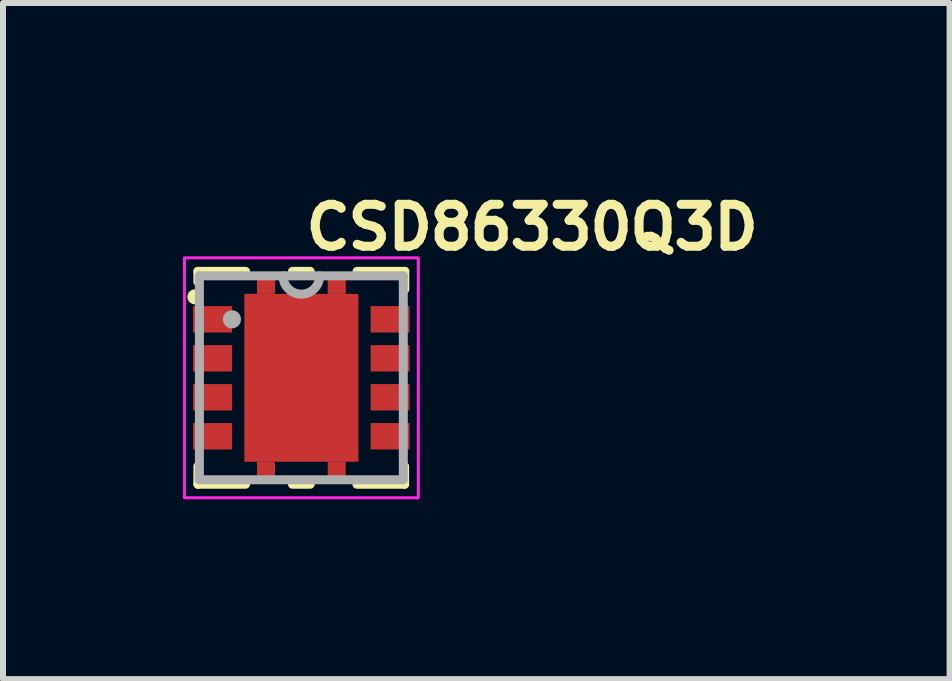
<source format=kicad_pcb>
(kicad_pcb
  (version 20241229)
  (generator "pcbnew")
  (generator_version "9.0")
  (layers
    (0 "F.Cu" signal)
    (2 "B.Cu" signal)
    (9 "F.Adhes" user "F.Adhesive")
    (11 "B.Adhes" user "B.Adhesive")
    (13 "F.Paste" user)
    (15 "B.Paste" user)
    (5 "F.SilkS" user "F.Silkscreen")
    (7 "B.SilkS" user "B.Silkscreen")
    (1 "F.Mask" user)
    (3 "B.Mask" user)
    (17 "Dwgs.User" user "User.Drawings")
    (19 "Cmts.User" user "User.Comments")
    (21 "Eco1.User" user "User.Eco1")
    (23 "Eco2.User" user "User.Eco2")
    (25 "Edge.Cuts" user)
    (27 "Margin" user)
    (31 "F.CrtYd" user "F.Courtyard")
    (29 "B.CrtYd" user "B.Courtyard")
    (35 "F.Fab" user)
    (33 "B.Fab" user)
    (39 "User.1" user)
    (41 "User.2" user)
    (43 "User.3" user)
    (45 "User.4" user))
  (footprint "CSD86330Q3D"
    (layer "F.Cu")
    (at 1.975 3.25)
    (property "Reference" "CSD86330Q3D" (at 0 -2.1 0) (layer "F.SilkS") (effects (font (size 0.7 0.7) (thickness 0.15)) (justify left bottom)))
    (attr smd)
    (fp_line (start -1.725 -1.775) (end -1.725 -1.6) (stroke (width 0.15) (type solid)) (layer "F.SilkS"))
    (fp_line (start -1.725 1.475) (end -1.725 1.775) (stroke (width 0.15) (type solid)) (layer "F.SilkS"))
    (fp_line (start -1.725 1.775) (end -0.93 1.775) (stroke (width 0.15) (type solid)) (layer "F.SilkS"))
    (fp_line (start -0.93 -1.775) (end -1.725 -1.775) (stroke (width 0.15) (type solid)) (layer "F.SilkS"))
    (fp_line (start -0.148 1.775) (end 0.148 1.775) (stroke (width 0.15) (type solid)) (layer "F.SilkS"))
    (fp_line (start 0.148 -1.775) (end -0.148 -1.775) (stroke (width 0.15) (type solid)) (layer "F.SilkS"))
    (fp_line (start 0.927 1.775) (end 1.722 1.775) (stroke (width 0.15) (type solid)) (layer "F.SilkS"))
    (fp_line (start 1.722 1.775) (end 1.722 1.475) (stroke (width 0.15) (type solid)) (layer "F.SilkS"))
    (fp_line (start 1.725 -1.775) (end 0.93 -1.775) (stroke (width 0.15) (type solid)) (layer "F.SilkS"))
    (fp_line (start 1.725 -1.475) (end 1.725 -1.775) (stroke (width 0.15) (type solid)) (layer "F.SilkS"))
    (fp_circle (center -1.775 -1.35) (end -1.725 -1.35) (stroke (width 0.15) (type solid)) (fill yes) (layer "F.SilkS"))
    (fp_rect (start -0.8 -1.25) (end -0.15 -0.6) (stroke (width 0.12) (type solid)) (fill yes) (layer "F.Paste"))
    (fp_rect (start -0.8 -0.3) (end -0.15 0.3) (stroke (width 0.12) (type solid)) (fill yes) (layer "F.Paste"))
    (fp_rect (start -0.8 0.6) (end -0.15 1.25) (stroke (width 0.12) (type solid)) (fill yes) (layer "F.Paste"))
    (fp_rect (start 0.15 -1.25) (end 0.8 -0.6) (stroke (width 0.12) (type solid)) (fill yes) (layer "F.Paste"))
    (fp_rect (start 0.15 -0.3) (end 0.8 0.3) (stroke (width 0.12) (type solid)) (fill yes) (layer "F.Paste"))
    (fp_rect (start 0.15 0.6) (end 0.8 1.25) (stroke (width 0.12) (type solid)) (fill yes) (layer "F.Paste"))
    (fp_rect (start -1.95 -2) (end 1.95 2) (stroke (width 0.05) (type solid)) (fill no) (layer "F.CrtYd"))
    (fp_line (start -1.7 -1.7) (end -1.7 1.7) (stroke (width 0.15) (type solid)) (layer "F.Fab"))
    (fp_line (start -1.7 1.7) (end 1.7 1.7) (stroke (width 0.15) (type solid)) (layer "F.Fab"))
    (fp_line (start 1.7 -1.7) (end -1.7 -1.7) (stroke (width 0.15) (type solid)) (layer "F.Fab"))
    (fp_line (start 1.7 1.7) (end 1.7 -1.7) (stroke (width 0.15) (type solid)) (layer "F.Fab"))
    (fp_arc (start 0.305 -1.7) (mid 0 -1.395) (end -0.305 -1.7) (stroke (width 0.15) (type solid)) (layer "F.Fab"))
    (fp_circle (center -1.157 -0.975) (end -1.081 -0.975) (stroke (width 0.15) (type solid)) (fill no) (layer "F.Fab"))
    (fp_rect (start -1.7 -1.725) (end 1.7 1.725) (stroke (width 0.1) (type solid)) (fill no) (layer "User.5"))
    (fp_line (start -1.7 -0.755) (end -1.7 -1.195) (stroke (width 0.02) (type solid)) (layer "User.9"))
    (fp_line (start -1.7 -0.755) (end -1.649 -0.755) (stroke (width 0.02) (type solid)) (layer "User.9"))
    (fp_line (start -1.7 -0.105) (end -1.7 -0.545) (stroke (width 0.02) (type solid)) (layer "User.9"))
    (fp_line (start -1.7 -0.105) (end -1.649 -0.105) (stroke (width 0.02) (type solid)) (layer "User.9"))
    (fp_line (start -1.7 0.545) (end -1.7 0.105) (stroke (width 0.02) (type solid)) (layer "User.9"))
    (fp_line (start -1.7 0.545) (end -1.649 0.545) (stroke (width 0.02) (type solid)) (layer "User.9"))
    (fp_line (start -1.7 1.195) (end -1.7 0.755) (stroke (width 0.02) (type solid)) (layer "User.9"))
    (fp_line (start -1.7 1.195) (end -1.649 1.195) (stroke (width 0.02) (type solid)) (layer "User.9"))
    (fp_line (start -1.649 -1.7) (end -1.649 1.7) (stroke (width 0.02) (type solid)) (layer "User.9"))
    (fp_line (start -1.649 -1.195) (end -1.7 -1.195) (stroke (width 0.02) (type solid)) (layer "User.9"))
    (fp_line (start -1.649 -0.545) (end -1.7 -0.545) (stroke (width 0.02) (type solid)) (layer "User.9"))
    (fp_line (start -1.649 0.105) (end -1.7 0.105) (stroke (width 0.02) (type solid)) (layer "User.9"))
    (fp_line (start -1.649 0.755) (end -1.7 0.755) (stroke (width 0.02) (type solid)) (layer "User.9"))
    (fp_line (start -1.649 1.7) (end 1.649 1.7) (stroke (width 0.02) (type solid)) (layer "User.9"))
    (fp_line (start -1.401 -0.988) (end -1.401 -0.983) (stroke (width 0.02) (type solid)) (layer "User.9"))
    (fp_line (start -1.401 -0.983) (end -1.401 -0.979) (stroke (width 0.02) (type solid)) (layer "User.9"))
    (fp_line (start -1.401 -0.979) (end -1.401 -0.975) (stroke (width 0.02) (type solid)) (layer "User.9"))
    (fp_line (start -1.401 -0.975) (end -1.401 -0.971) (stroke (width 0.02) (type solid)) (layer "User.9"))
    (fp_line (start -1.401 -0.971) (end -1.401 -0.967) (stroke (width 0.02) (type solid)) (layer "User.9"))
    (fp_line (start -1.401 -0.967) (end -1.401 -0.962) (stroke (width 0.02) (type solid)) (layer "User.9"))
    (fp_line (start -1.401 -0.962) (end -1.4 -0.958) (stroke (width 0.02) (type solid)) (layer "User.9"))
    (fp_line (start -1.4 -0.992) (end -1.401 -0.988) (stroke (width 0.02) (type solid)) (layer "User.9"))
    (fp_line (start -1.4 -0.958) (end -1.399 -0.954) (stroke (width 0.02) (type solid)) (layer "User.9"))
    (fp_line (start -1.399 -0.996) (end -1.4 -0.992) (stroke (width 0.02) (type solid)) (layer "User.9"))
    (fp_line (start -1.399 -0.954) (end -1.398 -0.95) (stroke (width 0.02) (type solid)) (layer "User.9"))
    (fp_line (start -1.398 -1) (end -1.399 -0.996) (stroke (width 0.02) (type solid)) (layer "User.9"))
    (fp_line (start -1.398 -0.95) (end -1.396 -0.947) (stroke (width 0.02) (type solid)) (layer "User.9"))
    (fp_line (start -1.396 -1.003) (end -1.398 -1) (stroke (width 0.02) (type solid)) (layer "User.9"))
    (fp_line (start -1.396 -0.947) (end -1.395 -0.943) (stroke (width 0.02) (type solid)) (layer "User.9"))
    (fp_line (start -1.395 -1.007) (end -1.396 -1.003) (stroke (width 0.02) (type solid)) (layer "User.9"))
    (fp_line (start -1.395 -0.943) (end -1.393 -0.939) (stroke (width 0.02) (type solid)) (layer "User.9"))
    (fp_line (start -1.393 -1.011) (end -1.395 -1.007) (stroke (width 0.02) (type solid)) (layer "User.9"))
    (fp_line (start -1.393 -0.939) (end -1.392 -0.936) (stroke (width 0.02) (type solid)) (layer "User.9"))
    (fp_line (start -1.392 -1.014) (end -1.393 -1.011) (stroke (width 0.02) (type solid)) (layer "User.9"))
    (fp_line (start -1.392 -0.936) (end -1.39 -0.932) (stroke (width 0.02) (type solid)) (layer "User.9"))
    (fp_line (start -1.39 -1.018) (end -1.392 -1.014) (stroke (width 0.02) (type solid)) (layer "User.9"))
    (fp_line (start -1.39 -0.932) (end -1.387 -0.929) (stroke (width 0.02) (type solid)) (layer "User.9"))
    (fp_line (start -1.387 -1.021) (end -1.39 -1.018) (stroke (width 0.02) (type solid)) (layer "User.9"))
    (fp_line (start -1.387 -0.929) (end -1.385 -0.926) (stroke (width 0.02) (type solid)) (layer "User.9"))
    (fp_line (start -1.385 -1.024) (end -1.387 -1.021) (stroke (width 0.02) (type solid)) (layer "User.9"))
    (fp_line (start -1.385 -0.926) (end -1.383 -0.923) (stroke (width 0.02) (type solid)) (layer "User.9"))
    (fp_line (start -1.383 -1.027) (end -1.385 -1.024) (stroke (width 0.02) (type solid)) (layer "User.9"))
    (fp_line (start -1.383 -0.923) (end -1.38 -0.92) (stroke (width 0.02) (type solid)) (layer "User.9"))
    (fp_line (start -1.38 -1.03) (end -1.383 -1.027) (stroke (width 0.02) (type solid)) (layer "User.9"))
    (fp_line (start -1.38 -0.92) (end -1.377 -0.917) (stroke (width 0.02) (type solid)) (layer "User.9"))
    (fp_line (start -1.377 -1.033) (end -1.38 -1.03) (stroke (width 0.02) (type solid)) (layer "User.9"))
    (fp_line (start -1.377 -0.917) (end -1.374 -0.914) (stroke (width 0.02) (type solid)) (layer "User.9"))
    (fp_line (start -1.374 -1.036) (end -1.377 -1.033) (stroke (width 0.02) (type solid)) (layer "User.9"))
    (fp_line (start -1.374 -0.914) (end -1.371 -0.911) (stroke (width 0.02) (type solid)) (layer "User.9"))
    (fp_line (start -1.371 -1.039) (end -1.374 -1.036) (stroke (width 0.02) (type solid)) (layer "User.9"))
    (fp_line (start -1.371 -0.911) (end -1.368 -0.909) (stroke (width 0.02) (type solid)) (layer "User.9"))
    (fp_line (start -1.368 -1.041) (end -1.371 -1.039) (stroke (width 0.02) (type solid)) (layer "User.9"))
    (fp_line (start -1.368 -0.909) (end -1.365 -0.907) (stroke (width 0.02) (type solid)) (layer "User.9"))
    (fp_line (start -1.365 -1.043) (end -1.368 -1.041) (stroke (width 0.02) (type solid)) (layer "User.9"))
    (fp_line (start -1.365 -0.907) (end -1.362 -0.904) (stroke (width 0.02) (type solid)) (layer "User.9"))
    (fp_line (start -1.362 -1.046) (end -1.365 -1.043) (stroke (width 0.02) (type solid)) (layer "User.9"))
    (fp_line (start -1.362 -0.904) (end -1.358 -0.902) (stroke (width 0.02) (type solid)) (layer "User.9"))
    (fp_line (start -1.358 -1.048) (end -1.362 -1.046) (stroke (width 0.02) (type solid)) (layer "User.9"))
    (fp_line (start -1.358 -0.902) (end -1.355 -0.901) (stroke (width 0.02) (type solid)) (layer "User.9"))
    (fp_line (start -1.355 -1.049) (end -1.358 -1.048) (stroke (width 0.02) (type solid)) (layer "User.9"))
    (fp_line (start -1.355 -0.901) (end -1.351 -0.899) (stroke (width 0.02) (type solid)) (layer "User.9"))
    (fp_line (start -1.351 -1.051) (end -1.355 -1.049) (stroke (width 0.02) (type solid)) (layer "User.9"))
    (fp_line (start -1.351 -0.899) (end -1.347 -0.898) (stroke (width 0.02) (type solid)) (layer "User.9"))
    (fp_line (start -1.347 -1.052) (end -1.351 -1.051) (stroke (width 0.02) (type solid)) (layer "User.9"))
    (fp_line (start -1.347 -0.898) (end -1.344 -0.896) (stroke (width 0.02) (type solid)) (layer "User.9"))
    (fp_line (start -1.344 -1.054) (end -1.347 -1.052) (stroke (width 0.02) (type solid)) (layer "User.9"))
    (fp_line (start -1.344 -0.896) (end -1.34 -0.895) (stroke (width 0.02) (type solid)) (layer "User.9"))
    (fp_line (start -1.34 -1.055) (end -1.344 -1.054) (stroke (width 0.02) (type solid)) (layer "User.9"))
    (fp_line (start -1.34 -0.895) (end -1.336 -0.894) (stroke (width 0.02) (type solid)) (layer "User.9"))
    (fp_line (start -1.336 -1.056) (end -1.34 -1.055) (stroke (width 0.02) (type solid)) (layer "User.9"))
    (fp_line (start -1.336 -0.894) (end -1.332 -0.893) (stroke (width 0.02) (type solid)) (layer "User.9"))
    (fp_line (start -1.332 -1.057) (end -1.336 -1.056) (stroke (width 0.02) (type solid)) (layer "User.9"))
    (fp_line (start -1.332 -0.893) (end -1.327 -0.893) (stroke (width 0.02) (type solid)) (layer "User.9"))
    (fp_line (start -1.327 -1.057) (end -1.332 -1.057) (stroke (width 0.02) (type solid)) (layer "User.9"))
    (fp_line (start -1.327 -0.893) (end -1.323 -0.893) (stroke (width 0.02) (type solid)) (layer "User.9"))
    (fp_line (start -1.323 -1.057) (end -1.327 -1.057) (stroke (width 0.02) (type solid)) (layer "User.9"))
    (fp_line (start -1.323 -0.893) (end -1.319 -0.893) (stroke (width 0.02) (type solid)) (layer "User.9"))
    (fp_line (start -1.319 -1.057) (end -1.323 -1.057) (stroke (width 0.02) (type solid)) (layer "User.9"))
    (fp_line (start -1.319 -0.893) (end -1.315 -0.893) (stroke (width 0.02) (type solid)) (layer "User.9"))
    (fp_line (start -1.315 -1.057) (end -1.319 -1.057) (stroke (width 0.02) (type solid)) (layer "User.9"))
    (fp_line (start -1.315 -0.893) (end -1.311 -0.893) (stroke (width 0.02) (type solid)) (layer "User.9"))
    (fp_line (start -1.311 -1.057) (end -1.315 -1.057) (stroke (width 0.02) (type solid)) (layer "User.9"))
    (fp_line (start -1.311 -0.893) (end -1.306 -0.893) (stroke (width 0.02) (type solid)) (layer "User.9"))
    (fp_line (start -1.306 -1.057) (end -1.311 -1.057) (stroke (width 0.02) (type solid)) (layer "User.9"))
    (fp_line (start -1.306 -0.893) (end -1.302 -0.894) (stroke (width 0.02) (type solid)) (layer "User.9"))
    (fp_line (start -1.302 -1.056) (end -1.306 -1.057) (stroke (width 0.02) (type solid)) (layer "User.9"))
    (fp_line (start -1.302 -0.894) (end -1.298 -0.895) (stroke (width 0.02) (type solid)) (layer "User.9"))
    (fp_line (start -1.298 -1.055) (end -1.302 -1.056) (stroke (width 0.02) (type solid)) (layer "User.9"))
    (fp_line (start -1.298 -0.895) (end -1.294 -0.896) (stroke (width 0.02) (type solid)) (layer "User.9"))
    (fp_line (start -1.294 -1.054) (end -1.298 -1.055) (stroke (width 0.02) (type solid)) (layer "User.9"))
    (fp_line (start -1.294 -0.896) (end -1.291 -0.898) (stroke (width 0.02) (type solid)) (layer "User.9"))
    (fp_line (start -1.291 -1.052) (end -1.294 -1.054) (stroke (width 0.02) (type solid)) (layer "User.9"))
    (fp_line (start -1.291 -0.898) (end -1.287 -0.899) (stroke (width 0.02) (type solid)) (layer "User.9"))
    (fp_line (start -1.287 -1.051) (end -1.291 -1.052) (stroke (width 0.02) (type solid)) (layer "User.9"))
    (fp_line (start -1.287 -0.899) (end -1.283 -0.901) (stroke (width 0.02) (type solid)) (layer "User.9"))
    (fp_line (start -1.283 -1.049) (end -1.287 -1.051) (stroke (width 0.02) (type solid)) (layer "User.9"))
    (fp_line (start -1.283 -0.901) (end -1.28 -0.902) (stroke (width 0.02) (type solid)) (layer "User.9"))
    (fp_line (start -1.28 -1.048) (end -1.283 -1.049) (stroke (width 0.02) (type solid)) (layer "User.9"))
    (fp_line (start -1.28 -0.902) (end -1.276 -0.904) (stroke (width 0.02) (type solid)) (layer "User.9"))
    (fp_line (start -1.276 -1.046) (end -1.28 -1.048) (stroke (width 0.02) (type solid)) (layer "User.9"))
    (fp_line (start -1.276 -0.904) (end -1.273 -0.907) (stroke (width 0.02) (type solid)) (layer "User.9"))
    (fp_line (start -1.273 -1.043) (end -1.276 -1.046) (stroke (width 0.02) (type solid)) (layer "User.9"))
    (fp_line (start -1.273 -0.907) (end -1.27 -0.909) (stroke (width 0.02) (type solid)) (layer "User.9"))
    (fp_line (start -1.27 -1.041) (end -1.273 -1.043) (stroke (width 0.02) (type solid)) (layer "User.9"))
    (fp_line (start -1.27 -0.909) (end -1.267 -0.911) (stroke (width 0.02) (type solid)) (layer "User.9"))
    (fp_line (start -1.267 -1.039) (end -1.27 -1.041) (stroke (width 0.02) (type solid)) (layer "User.9"))
    (fp_line (start -1.267 -0.911) (end -1.264 -0.914) (stroke (width 0.02) (type solid)) (layer "User.9"))
    (fp_line (start -1.264 -1.036) (end -1.267 -1.039) (stroke (width 0.02) (type solid)) (layer "User.9"))
    (fp_line (start -1.264 -0.914) (end -1.261 -0.917) (stroke (width 0.02) (type solid)) (layer "User.9"))
    (fp_line (start -1.261 -1.033) (end -1.264 -1.036) (stroke (width 0.02) (type solid)) (layer "User.9"))
    (fp_line (start -1.261 -0.917) (end -1.258 -0.92) (stroke (width 0.02) (type solid)) (layer "User.9"))
    (fp_line (start -1.258 -1.03) (end -1.261 -1.033) (stroke (width 0.02) (type solid)) (layer "User.9"))
    (fp_line (start -1.258 -0.92) (end -1.255 -0.923) (stroke (width 0.02) (type solid)) (layer "User.9"))
    (fp_line (start -1.255 -1.027) (end -1.258 -1.03) (stroke (width 0.02) (type solid)) (layer "User.9"))
    (fp_line (start -1.255 -0.923) (end -1.253 -0.926) (stroke (width 0.02) (type solid)) (layer "User.9"))
    (fp_line (start -1.253 -1.024) (end -1.255 -1.027) (stroke (width 0.02) (type solid)) (layer "User.9"))
    (fp_line (start -1.253 -0.926) (end -1.251 -0.929) (stroke (width 0.02) (type solid)) (layer "User.9"))
    (fp_line (start -1.251 -1.021) (end -1.253 -1.024) (stroke (width 0.02) (type solid)) (layer "User.9"))
    (fp_line (start -1.251 -0.929) (end -1.248 -0.932) (stroke (width 0.02) (type solid)) (layer "User.9"))
    (fp_line (start -1.248 -1.018) (end -1.251 -1.021) (stroke (width 0.02) (type solid)) (layer "User.9"))
    (fp_line (start -1.248 -0.932) (end -1.246 -0.936) (stroke (width 0.02) (type solid)) (layer "User.9"))
    (fp_line (start -1.246 -1.014) (end -1.248 -1.018) (stroke (width 0.02) (type solid)) (layer "User.9"))
    (fp_line (start -1.246 -0.936) (end -1.245 -0.939) (stroke (width 0.02) (type solid)) (layer "User.9"))
    (fp_line (start -1.245 -1.011) (end -1.246 -1.014) (stroke (width 0.02) (type solid)) (layer "User.9"))
    (fp_line (start -1.245 -0.939) (end -1.243 -0.943) (stroke (width 0.02) (type solid)) (layer "User.9"))
    (fp_line (start -1.243 -1.007) (end -1.245 -1.011) (stroke (width 0.02) (type solid)) (layer "User.9"))
    (fp_line (start -1.243 -0.943) (end -1.242 -0.947) (stroke (width 0.02) (type solid)) (layer "User.9"))
    (fp_line (start -1.242 -1.003) (end -1.243 -1.007) (stroke (width 0.02) (type solid)) (layer "User.9"))
    (fp_line (start -1.242 -0.947) (end -1.24 -0.95) (stroke (width 0.02) (type solid)) (layer "User.9"))
    (fp_line (start -1.24 -1) (end -1.242 -1.003) (stroke (width 0.02) (type solid)) (layer "User.9"))
    (fp_line (start -1.24 -0.95) (end -1.239 -0.954) (stroke (width 0.02) (type solid)) (layer "User.9"))
    (fp_line (start -1.239 -0.996) (end -1.24 -1) (stroke (width 0.02) (type solid)) (layer "User.9"))
    (fp_line (start -1.239 -0.954) (end -1.238 -0.958) (stroke (width 0.02) (type solid)) (layer "User.9"))
    (fp_line (start -1.238 -0.992) (end -1.239 -0.996) (stroke (width 0.02) (type solid)) (layer "User.9"))
    (fp_line (start -1.238 -0.958) (end -1.237 -0.962) (stroke (width 0.02) (type solid)) (layer "User.9"))
    (fp_line (start -1.237 -0.988) (end -1.238 -0.992) (stroke (width 0.02) (type solid)) (layer "User.9"))
    (fp_line (start -1.237 -0.983) (end -1.237 -0.988) (stroke (width 0.02) (type solid)) (layer "User.9"))
    (fp_line (start -1.237 -0.979) (end -1.237 -0.983) (stroke (width 0.02) (type solid)) (layer "User.9"))
    (fp_line (start -1.237 -0.975) (end -1.237 -0.979) (stroke (width 0.02) (type solid)) (layer "User.9"))
    (fp_line (start -1.237 -0.971) (end -1.237 -0.975) (stroke (width 0.02) (type solid)) (layer "User.9"))
    (fp_line (start -1.237 -0.967) (end -1.237 -0.971) (stroke (width 0.02) (type solid)) (layer "User.9"))
    (fp_line (start -1.237 -0.962) (end -1.237 -0.967) (stroke (width 0.02) (type solid)) (layer "User.9"))
    (fp_line (start -0.715 -1.725) (end -0.715 -1.7) (stroke (width 0.02) (type solid)) (layer "User.9"))
    (fp_line (start -0.715 1.7) (end -0.715 1.725) (stroke (width 0.02) (type solid)) (layer "User.9"))
    (fp_line (start -0.715 1.725) (end -0.465 1.725) (stroke (width 0.02) (type solid)) (layer "User.9"))
    (fp_line (start -0.465 -1.725) (end -0.715 -1.725) (stroke (width 0.02) (type solid)) (layer "User.9"))
    (fp_line (start -0.465 -1.7) (end -0.465 -1.725) (stroke (width 0.02) (type solid)) (layer "User.9"))
    (fp_line (start -0.465 1.725) (end -0.465 1.7) (stroke (width 0.02) (type solid)) (layer "User.9"))
    (fp_line (start 0.465 -1.725) (end 0.465 -1.7) (stroke (width 0.02) (type solid)) (layer "User.9"))
    (fp_line (start 0.465 1.7) (end 0.465 1.725) (stroke (width 0.02) (type solid)) (layer "User.9"))
    (fp_line (start 0.465 1.725) (end 0.715 1.725) (stroke (width 0.02) (type solid)) (layer "User.9"))
    (fp_line (start 0.715 -1.725) (end 0.465 -1.725) (stroke (width 0.02) (type solid)) (layer "User.9"))
    (fp_line (start 0.715 -1.7) (end 0.715 -1.725) (stroke (width 0.02) (type solid)) (layer "User.9"))
    (fp_line (start 0.715 1.725) (end 0.715 1.7) (stroke (width 0.02) (type solid)) (layer "User.9"))
    (fp_line (start 1.649 -1.7) (end -1.649 -1.7) (stroke (width 0.02) (type solid)) (layer "User.9"))
    (fp_line (start 1.649 -0.755) (end 1.7 -0.755) (stroke (width 0.02) (type solid)) (layer "User.9"))
    (fp_line (start 1.649 -0.105) (end 1.7 -0.105) (stroke (width 0.02) (type solid)) (layer "User.9"))
    (fp_line (start 1.649 0.545) (end 1.7 0.545) (stroke (width 0.02) (type solid)) (layer "User.9"))
    (fp_line (start 1.649 1.195) (end 1.7 1.195) (stroke (width 0.02) (type solid)) (layer "User.9"))
    (fp_line (start 1.649 1.7) (end 1.649 -1.7) (stroke (width 0.02) (type solid)) (layer "User.9"))
    (fp_line (start 1.7 -1.195) (end 1.649 -1.195) (stroke (width 0.02) (type solid)) (layer "User.9"))
    (fp_line (start 1.7 -1.195) (end 1.7 -0.755) (stroke (width 0.02) (type solid)) (layer "User.9"))
    (fp_line (start 1.7 -0.545) (end 1.649 -0.545) (stroke (width 0.02) (type solid)) (layer "User.9"))
    (fp_line (start 1.7 -0.545) (end 1.7 -0.105) (stroke (width 0.02) (type solid)) (layer "User.9"))
    (fp_line (start 1.7 0.105) (end 1.649 0.105) (stroke (width 0.02) (type solid)) (layer "User.9"))
    (fp_line (start 1.7 0.105) (end 1.7 0.545) (stroke (width 0.02) (type solid)) (layer "User.9"))
    (fp_line (start 1.7 0.755) (end 1.649 0.755) (stroke (width 0.02) (type solid)) (layer "User.9"))
    (fp_line (start 1.7 0.755) (end 1.7 1.195) (stroke (width 0.02) (type solid)) (layer "User.9"))
    (pad "1" smd rect (at -1.48 -0.975) (size 0.65 0.44) (layers "F.Cu" "F.Mask" "F.Paste"))
    (pad "2" smd rect (at -1.48 -0.325) (size 0.65 0.44) (layers "F.Cu" "F.Mask" "F.Paste"))
    (pad "3" smd rect (at -1.48 0.325) (size 0.65 0.44) (layers "F.Cu" "F.Mask" "F.Paste"))
    (pad "4" smd rect (at -1.48 0.975) (size 0.65 0.44) (layers "F.Cu" "F.Mask" "F.Paste"))
    (pad "5" smd rect (at 1.48 0.975) (size 0.65 0.44) (layers "F.Cu" "F.Mask" "F.Paste"))
    (pad "6" smd rect (at 1.48 0.325) (size 0.65 0.44) (layers "F.Cu" "F.Mask" "F.Paste"))
    (pad "7" smd rect (at 1.48 -0.325) (size 0.65 0.44) (layers "F.Cu" "F.Mask" "F.Paste"))
    (pad "8" smd rect (at 1.48 -0.975) (size 0.65 0.44) (layers "F.Cu" "F.Mask" "F.Paste"))
    (pad "9" smd rect (at -0.59 -1.575 180) (size 0.3 0.35) (layers "F.Cu" "F.Mask" "F.Paste"))
    (pad "9" smd rect (at -0.59 1.575 180) (size 0.3 0.35) (layers "F.Cu" "F.Mask" "F.Paste"))
    (pad "9" smd rect (at 0 0) (size 1.9 2.8) (layers "F.Cu" "F.Mask"))
    (pad "9" smd rect (at 0.59 -1.575 180) (size 0.3 0.35) (layers "F.Cu" "F.Mask" "F.Paste"))
    (pad "9" smd rect (at 0.59 1.575 180) (size 0.3 0.35) (layers "F.Cu" "F.Mask" "F.Paste")))
  (gr_rect
    (start -3 -3)
    (end 12.785 8.275)
    (stroke (width 0.1) (type default))
    (fill no)
    (layer "Edge.Cuts")))
</source>
